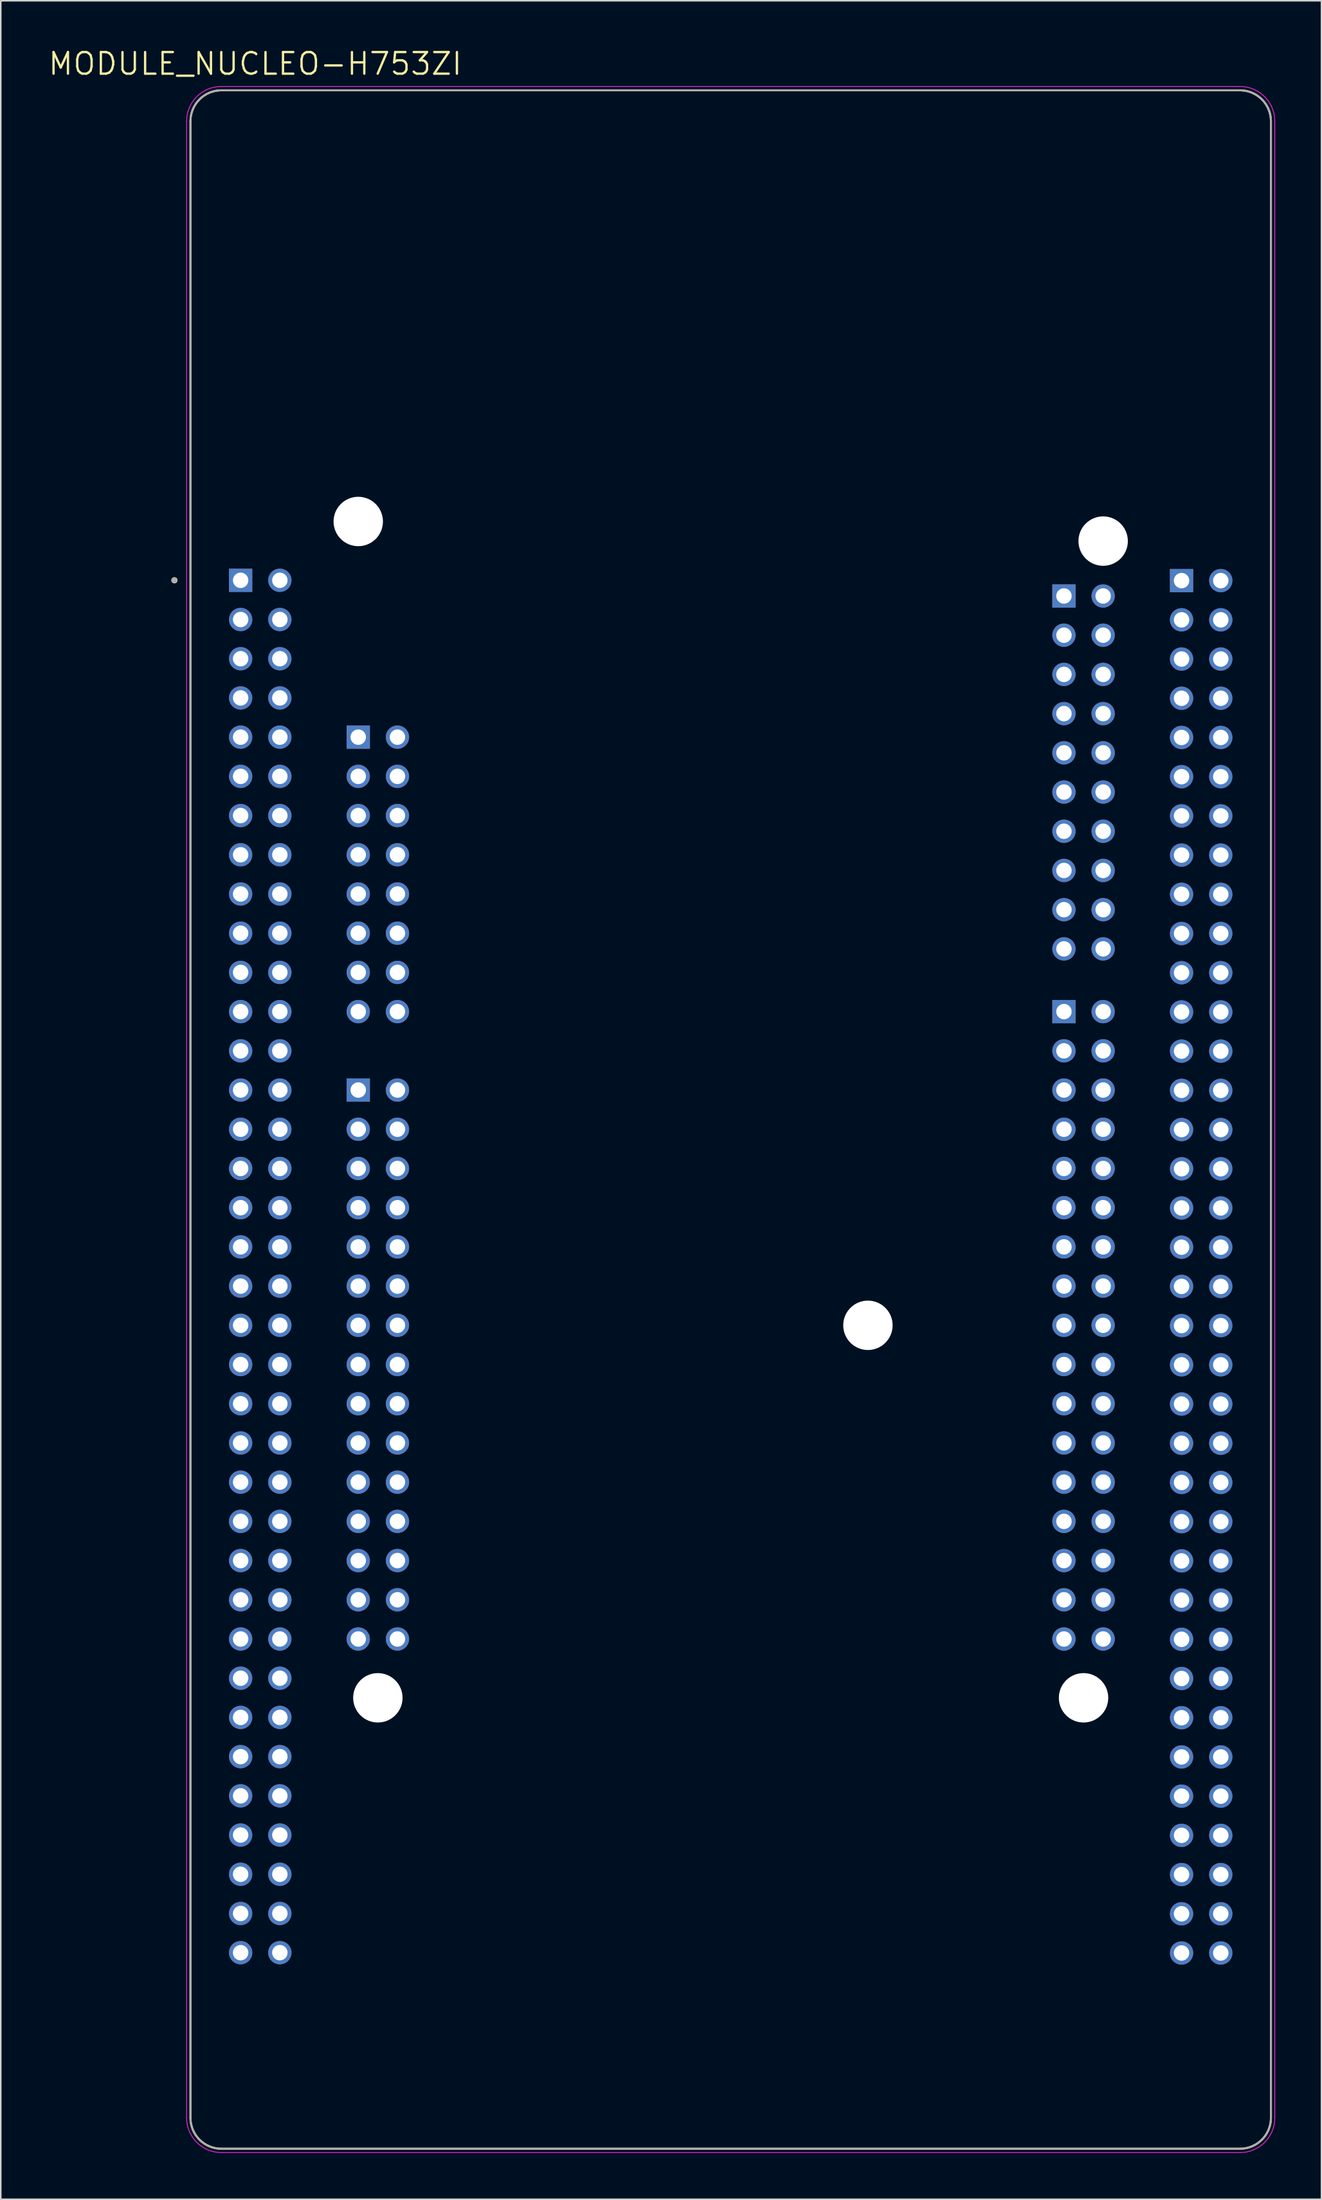
<source format=kicad_pcb>
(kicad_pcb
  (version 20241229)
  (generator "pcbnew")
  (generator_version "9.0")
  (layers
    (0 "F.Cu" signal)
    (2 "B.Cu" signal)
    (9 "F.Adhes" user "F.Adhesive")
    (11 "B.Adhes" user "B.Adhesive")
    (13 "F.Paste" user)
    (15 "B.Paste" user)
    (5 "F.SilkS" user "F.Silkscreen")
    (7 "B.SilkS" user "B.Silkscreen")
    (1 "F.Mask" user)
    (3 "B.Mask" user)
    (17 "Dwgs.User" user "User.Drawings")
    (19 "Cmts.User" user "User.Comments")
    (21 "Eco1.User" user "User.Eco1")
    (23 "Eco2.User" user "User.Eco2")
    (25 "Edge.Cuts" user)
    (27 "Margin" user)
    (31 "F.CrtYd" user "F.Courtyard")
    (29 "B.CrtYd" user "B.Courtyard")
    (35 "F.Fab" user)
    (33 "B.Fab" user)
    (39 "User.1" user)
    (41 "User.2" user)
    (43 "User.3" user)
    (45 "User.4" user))
  (footprint "MODULE_NUCLEO-H753ZI"
    (layer "F.Cu")
    (at 44.29 69.471)
    (property "Reference" "MODULE_NUCLEO-H753ZI" (at -30.805 -68.389 0) (layer "F.SilkS") (effects (font (size 1.4 1.4) (thickness 0.15))))
    (attr through_hole)
    (fp_line (start -35 -64.67) (end -35 64.67) (stroke (width 0.127) (type solid)) (layer "F.SilkS"))
    (fp_line (start -33 66.67) (end 33 66.67) (stroke (width 0.127) (type solid)) (layer "F.SilkS"))
    (fp_line (start 33 -66.67) (end -33 -66.67) (stroke (width 0.127) (type solid)) (layer "F.SilkS"))
    (fp_line (start 35 64.67) (end 35 -64.67) (stroke (width 0.127) (type solid)) (layer "F.SilkS"))
    (fp_arc (start -35 -64.67) (mid -34.414214 -66.084214) (end -33 -66.67) (stroke (width 0.127) (type solid)) (layer "F.SilkS"))
    (fp_arc (start -33 66.67) (mid -34.414214 66.084214) (end -35 64.67) (stroke (width 0.127) (type solid)) (layer "F.SilkS"))
    (fp_arc (start 33 -66.67) (mid 34.414214 -66.084214) (end 35 -64.67) (stroke (width 0.127) (type solid)) (layer "F.SilkS"))
    (fp_arc (start 35 64.67) (mid 34.414214 66.084214) (end 33 66.67) (stroke (width 0.127) (type solid)) (layer "F.SilkS"))
    (fp_circle (center -36.04 -34.93) (end -35.94 -34.93) (stroke (width 0.2) (type solid)) (fill no) (layer "F.SilkS"))
    (fp_line (start -35.25 -64.67) (end -35.25 64.67) (stroke (width 0.05) (type solid)) (layer "F.CrtYd"))
    (fp_line (start -33 66.92) (end 33 66.92) (stroke (width 0.05) (type solid)) (layer "F.CrtYd"))
    (fp_line (start 33 -66.92) (end -33 -66.92) (stroke (width 0.05) (type solid)) (layer "F.CrtYd"))
    (fp_line (start 35.25 64.67) (end 35.25 -64.67) (stroke (width 0.05) (type solid)) (layer "F.CrtYd"))
    (fp_arc (start -35.25 -64.67) (mid -34.59099 -66.26099) (end -33 -66.92) (stroke (width 0.05) (type solid)) (layer "F.CrtYd"))
    (fp_arc (start -33 66.92) (mid -34.59099 66.26099) (end -35.25 64.67) (stroke (width 0.05) (type solid)) (layer "F.CrtYd"))
    (fp_arc (start 33 -66.92) (mid 34.59099 -66.26099) (end 35.25 -64.67) (stroke (width 0.05) (type solid)) (layer "F.CrtYd"))
    (fp_arc (start 35.25 64.67) (mid 34.59099 66.26099) (end 33 66.92) (stroke (width 0.05) (type solid)) (layer "F.CrtYd"))
    (fp_line (start -35 -64.67) (end -35 64.67) (stroke (width 0.127) (type solid)) (layer "F.Fab"))
    (fp_line (start -33 66.67) (end 33 66.67) (stroke (width 0.127) (type solid)) (layer "F.Fab"))
    (fp_line (start 33 -66.67) (end -33 -66.67) (stroke (width 0.127) (type solid)) (layer "F.Fab"))
    (fp_line (start 35 64.67) (end 35 -64.67) (stroke (width 0.127) (type solid)) (layer "F.Fab"))
    (fp_arc (start -35 -64.67) (mid -34.414214 -66.084214) (end -33 -66.67) (stroke (width 0.127) (type solid)) (layer "F.Fab"))
    (fp_arc (start -33 66.67) (mid -34.414214 66.084214) (end -35 64.67) (stroke (width 0.127) (type solid)) (layer "F.Fab"))
    (fp_arc (start 33 -66.67) (mid 34.414214 -66.084214) (end 35 -64.67) (stroke (width 0.127) (type solid)) (layer "F.Fab"))
    (fp_arc (start 35 64.67) (mid 34.414214 66.084214) (end 33 66.67) (stroke (width 0.127) (type solid)) (layer "F.Fab"))
    (fp_circle (center -36.04 -34.93) (end -35.94 -34.93) (stroke (width 0.2) (type solid)) (fill no) (layer "F.Fab"))
    (pad "" np_thru_hole circle (at -24.13 -38.74) (size 3.2 3.2) (drill 3.2) (layers "*.Cu" "*.Mask"))
    (pad "" np_thru_hole circle (at -22.86 37.46) (size 3.2 3.2) (drill 3.2) (layers "*.Cu" "*.Mask"))
    (pad "" np_thru_hole circle (at 8.89 13.33) (size 3.2 3.2) (drill 3.2) (layers "*.Cu" "*.Mask"))
    (pad "" np_thru_hole circle (at 22.86 37.46) (size 3.2 3.2) (drill 3.2) (layers "*.Cu" "*.Mask"))
    (pad "" np_thru_hole circle (at 24.13 -37.47) (size 3.2 3.2) (drill 3.2) (layers "*.Cu" "*.Mask"))
    (pad "CN7_1" thru_hole rect (at 21.59 -33.914) (size 1.508 1.508) (drill 1) (layers "*.Cu" "*.Mask"))
    (pad "CN7_2" thru_hole circle (at 24.13 -33.914) (size 1.508 1.508) (drill 1) (layers "*.Cu" "*.Mask"))
    (pad "CN7_3" thru_hole circle (at 21.59 -31.374) (size 1.508 1.508) (drill 1) (layers "*.Cu" "*.Mask"))
    (pad "CN7_4" thru_hole circle (at 24.13 -31.374) (size 1.508 1.508) (drill 1) (layers "*.Cu" "*.Mask"))
    (pad "CN7_5" thru_hole circle (at 21.59 -28.834) (size 1.508 1.508) (drill 1) (layers "*.Cu" "*.Mask"))
    (pad "CN7_6" thru_hole circle (at 24.13 -28.834) (size 1.508 1.508) (drill 1) (layers "*.Cu" "*.Mask"))
    (pad "CN7_7" thru_hole circle (at 21.59 -26.294) (size 1.508 1.508) (drill 1) (layers "*.Cu" "*.Mask"))
    (pad "CN7_8" thru_hole circle (at 24.13 -26.294) (size 1.508 1.508) (drill 1) (layers "*.Cu" "*.Mask"))
    (pad "CN7_9" thru_hole circle (at 21.59 -23.754) (size 1.508 1.508) (drill 1) (layers "*.Cu" "*.Mask"))
    (pad "CN7_10" thru_hole circle (at 24.13 -23.754) (size 1.508 1.508) (drill 1) (layers "*.Cu" "*.Mask"))
    (pad "CN7_11" thru_hole circle (at 21.59 -21.214) (size 1.508 1.508) (drill 1) (layers "*.Cu" "*.Mask"))
    (pad "CN7_12" thru_hole circle (at 24.13 -21.214) (size 1.508 1.508) (drill 1) (layers "*.Cu" "*.Mask"))
    (pad "CN7_13" thru_hole circle (at 21.59 -18.674) (size 1.508 1.508) (drill 1) (layers "*.Cu" "*.Mask"))
    (pad "CN7_14" thru_hole circle (at 24.13 -18.674) (size 1.508 1.508) (drill 1) (layers "*.Cu" "*.Mask"))
    (pad "CN7_15" thru_hole circle (at 21.59 -16.134) (size 1.508 1.508) (drill 1) (layers "*.Cu" "*.Mask"))
    (pad "CN7_16" thru_hole circle (at 24.13 -16.134) (size 1.508 1.508) (drill 1) (layers "*.Cu" "*.Mask"))
    (pad "CN7_17" thru_hole circle (at 21.59 -13.594) (size 1.508 1.508) (drill 1) (layers "*.Cu" "*.Mask"))
    (pad "CN7_18" thru_hole circle (at 24.13 -13.594) (size 1.508 1.508) (drill 1) (layers "*.Cu" "*.Mask"))
    (pad "CN7_19" thru_hole circle (at 21.59 -11.054) (size 1.508 1.508) (drill 1) (layers "*.Cu" "*.Mask"))
    (pad "CN7_20" thru_hole circle (at 24.13 -11.054) (size 1.508 1.508) (drill 1) (layers "*.Cu" "*.Mask"))
    (pad "CN8_1" thru_hole rect (at -24.13 -24.77) (size 1.508 1.508) (drill 1) (layers "*.Cu" "*.Mask"))
    (pad "CN8_2" thru_hole circle (at -21.59 -24.77) (size 1.508 1.508) (drill 1) (layers "*.Cu" "*.Mask"))
    (pad "CN8_3" thru_hole circle (at -24.13 -22.23) (size 1.508 1.508) (drill 1) (layers "*.Cu" "*.Mask"))
    (pad "CN8_4" thru_hole circle (at -21.59 -22.23) (size 1.508 1.508) (drill 1) (layers "*.Cu" "*.Mask"))
    (pad "CN8_5" thru_hole circle (at -24.13 -19.69) (size 1.508 1.508) (drill 1) (layers "*.Cu" "*.Mask"))
    (pad "CN8_6" thru_hole circle (at -21.59 -19.69) (size 1.508 1.508) (drill 1) (layers "*.Cu" "*.Mask"))
    (pad "CN8_7" thru_hole circle (at -24.13 -17.15) (size 1.508 1.508) (drill 1) (layers "*.Cu" "*.Mask"))
    (pad "CN8_8" thru_hole circle (at -21.59 -17.15) (size 1.508 1.508) (drill 1) (layers "*.Cu" "*.Mask"))
    (pad "CN8_9" thru_hole circle (at -24.13 -14.61) (size 1.508 1.508) (drill 1) (layers "*.Cu" "*.Mask"))
    (pad "CN8_10" thru_hole circle (at -21.59 -14.61) (size 1.508 1.508) (drill 1) (layers "*.Cu" "*.Mask"))
    (pad "CN8_11" thru_hole circle (at -24.13 -12.07) (size 1.508 1.508) (drill 1) (layers "*.Cu" "*.Mask"))
    (pad "CN8_12" thru_hole circle (at -21.59 -12.07) (size 1.508 1.508) (drill 1) (layers "*.Cu" "*.Mask"))
    (pad "CN8_13" thru_hole circle (at -24.13 -9.53) (size 1.508 1.508) (drill 1) (layers "*.Cu" "*.Mask"))
    (pad "CN8_14" thru_hole circle (at -21.59 -9.53) (size 1.508 1.508) (drill 1) (layers "*.Cu" "*.Mask"))
    (pad "CN8_15" thru_hole circle (at -24.13 -6.99) (size 1.508 1.508) (drill 1) (layers "*.Cu" "*.Mask"))
    (pad "CN8_16" thru_hole circle (at -21.59 -6.99) (size 1.508 1.508) (drill 1) (layers "*.Cu" "*.Mask"))
    (pad "CN9_1" thru_hole rect (at -24.13 -1.91) (size 1.508 1.508) (drill 1) (layers "*.Cu" "*.Mask"))
    (pad "CN9_2" thru_hole circle (at -21.59 -1.91) (size 1.508 1.508) (drill 1) (layers "*.Cu" "*.Mask"))
    (pad "CN9_3" thru_hole circle (at -24.13 0.63) (size 1.508 1.508) (drill 1) (layers "*.Cu" "*.Mask"))
    (pad "CN9_4" thru_hole circle (at -21.59 0.63) (size 1.508 1.508) (drill 1) (layers "*.Cu" "*.Mask"))
    (pad "CN9_5" thru_hole circle (at -24.13 3.17) (size 1.508 1.508) (drill 1) (layers "*.Cu" "*.Mask"))
    (pad "CN9_6" thru_hole circle (at -21.59 3.17) (size 1.508 1.508) (drill 1) (layers "*.Cu" "*.Mask"))
    (pad "CN9_7" thru_hole circle (at -24.13 5.71) (size 1.508 1.508) (drill 1) (layers "*.Cu" "*.Mask"))
    (pad "CN9_8" thru_hole circle (at -21.59 5.71) (size 1.508 1.508) (drill 1) (layers "*.Cu" "*.Mask"))
    (pad "CN9_9" thru_hole circle (at -24.13 8.25) (size 1.508 1.508) (drill 1) (layers "*.Cu" "*.Mask"))
    (pad "CN9_10" thru_hole circle (at -21.59 8.25) (size 1.508 1.508) (drill 1) (layers "*.Cu" "*.Mask"))
    (pad "CN9_11" thru_hole circle (at -24.13 10.79) (size 1.508 1.508) (drill 1) (layers "*.Cu" "*.Mask"))
    (pad "CN9_12" thru_hole circle (at -21.59 10.79) (size 1.508 1.508) (drill 1) (layers "*.Cu" "*.Mask"))
    (pad "CN9_13" thru_hole circle (at -24.13 13.33) (size 1.508 1.508) (drill 1) (layers "*.Cu" "*.Mask"))
    (pad "CN9_14" thru_hole circle (at -21.59 13.33) (size 1.508 1.508) (drill 1) (layers "*.Cu" "*.Mask"))
    (pad "CN9_15" thru_hole circle (at -24.13 15.87) (size 1.508 1.508) (drill 1) (layers "*.Cu" "*.Mask"))
    (pad "CN9_16" thru_hole circle (at -21.59 15.87) (size 1.508 1.508) (drill 1) (layers "*.Cu" "*.Mask"))
    (pad "CN9_17" thru_hole circle (at -24.13 18.41) (size 1.508 1.508) (drill 1) (layers "*.Cu" "*.Mask"))
    (pad "CN9_18" thru_hole circle (at -21.59 18.41) (size 1.508 1.508) (drill 1) (layers "*.Cu" "*.Mask"))
    (pad "CN9_19" thru_hole circle (at -24.13 20.95) (size 1.508 1.508) (drill 1) (layers "*.Cu" "*.Mask"))
    (pad "CN9_20" thru_hole circle (at -21.59 20.95) (size 1.508 1.508) (drill 1) (layers "*.Cu" "*.Mask"))
    (pad "CN9_21" thru_hole circle (at -24.13 23.49) (size 1.508 1.508) (drill 1) (layers "*.Cu" "*.Mask"))
    (pad "CN9_22" thru_hole circle (at -21.59 23.49) (size 1.508 1.508) (drill 1) (layers "*.Cu" "*.Mask"))
    (pad "CN9_23" thru_hole circle (at -24.13 26.03) (size 1.508 1.508) (drill 1) (layers "*.Cu" "*.Mask"))
    (pad "CN9_24" thru_hole circle (at -21.59 26.03) (size 1.508 1.508) (drill 1) (layers "*.Cu" "*.Mask"))
    (pad "CN9_25" thru_hole circle (at -24.13 28.57) (size 1.508 1.508) (drill 1) (layers "*.Cu" "*.Mask"))
    (pad "CN9_26" thru_hole circle (at -21.59 28.57) (size 1.508 1.508) (drill 1) (layers "*.Cu" "*.Mask"))
    (pad "CN9_27" thru_hole circle (at -24.13 31.11) (size 1.508 1.508) (drill 1) (layers "*.Cu" "*.Mask"))
    (pad "CN9_28" thru_hole circle (at -21.59 31.11) (size 1.508 1.508) (drill 1) (layers "*.Cu" "*.Mask"))
    (pad "CN9_29" thru_hole circle (at -24.13 33.65) (size 1.508 1.508) (drill 1) (layers "*.Cu" "*.Mask"))
    (pad "CN9_30" thru_hole circle (at -21.59 33.65) (size 1.508 1.508) (drill 1) (layers "*.Cu" "*.Mask"))
    (pad "CN10_1" thru_hole rect (at 21.59 -6.99) (size 1.508 1.508) (drill 1) (layers "*.Cu" "*.Mask"))
    (pad "CN10_2" thru_hole circle (at 24.13 -6.99) (size 1.508 1.508) (drill 1) (layers "*.Cu" "*.Mask"))
    (pad "CN10_3" thru_hole circle (at 21.59 -4.45) (size 1.508 1.508) (drill 1) (layers "*.Cu" "*.Mask"))
    (pad "CN10_4" thru_hole circle (at 24.13 -4.45) (size 1.508 1.508) (drill 1) (layers "*.Cu" "*.Mask"))
    (pad "CN10_5" thru_hole circle (at 21.59 -1.91) (size 1.508 1.508) (drill 1) (layers "*.Cu" "*.Mask"))
    (pad "CN10_6" thru_hole circle (at 24.13 -1.91) (size 1.508 1.508) (drill 1) (layers "*.Cu" "*.Mask"))
    (pad "CN10_7" thru_hole circle (at 21.59 0.63) (size 1.508 1.508) (drill 1) (layers "*.Cu" "*.Mask"))
    (pad "CN10_8" thru_hole circle (at 24.13 0.63) (size 1.508 1.508) (drill 1) (layers "*.Cu" "*.Mask"))
    (pad "CN10_9" thru_hole circle (at 21.59 3.17) (size 1.508 1.508) (drill 1) (layers "*.Cu" "*.Mask"))
    (pad "CN10_10" thru_hole circle (at 24.13 3.17) (size 1.508 1.508) (drill 1) (layers "*.Cu" "*.Mask"))
    (pad "CN10_11" thru_hole circle (at 21.59 5.71) (size 1.508 1.508) (drill 1) (layers "*.Cu" "*.Mask"))
    (pad "CN10_12" thru_hole circle (at 24.13 5.71) (size 1.508 1.508) (drill 1) (layers "*.Cu" "*.Mask"))
    (pad "CN10_13" thru_hole circle (at 21.59 8.25) (size 1.508 1.508) (drill 1) (layers "*.Cu" "*.Mask"))
    (pad "CN10_14" thru_hole circle (at 24.13 8.25) (size 1.508 1.508) (drill 1) (layers "*.Cu" "*.Mask"))
    (pad "CN10_15" thru_hole circle (at 21.59 10.79) (size 1.508 1.508) (drill 1) (layers "*.Cu" "*.Mask"))
    (pad "CN10_16" thru_hole circle (at 24.13 10.79) (size 1.508 1.508) (drill 1) (layers "*.Cu" "*.Mask"))
    (pad "CN10_17" thru_hole circle (at 21.59 13.33) (size 1.508 1.508) (drill 1) (layers "*.Cu" "*.Mask"))
    (pad "CN10_18" thru_hole circle (at 24.13 13.33) (size 1.508 1.508) (drill 1) (layers "*.Cu" "*.Mask"))
    (pad "CN10_19" thru_hole circle (at 21.59 15.87) (size 1.508 1.508) (drill 1) (layers "*.Cu" "*.Mask"))
    (pad "CN10_20" thru_hole circle (at 24.13 15.87) (size 1.508 1.508) (drill 1) (layers "*.Cu" "*.Mask"))
    (pad "CN10_21" thru_hole circle (at 21.59 18.41) (size 1.508 1.508) (drill 1) (layers "*.Cu" "*.Mask"))
    (pad "CN10_22" thru_hole circle (at 24.13 18.41) (size 1.508 1.508) (drill 1) (layers "*.Cu" "*.Mask"))
    (pad "CN10_23" thru_hole circle (at 21.59 20.95) (size 1.508 1.508) (drill 1) (layers "*.Cu" "*.Mask"))
    (pad "CN10_24" thru_hole circle (at 24.13 20.95) (size 1.508 1.508) (drill 1) (layers "*.Cu" "*.Mask"))
    (pad "CN10_25" thru_hole circle (at 21.59 23.49) (size 1.508 1.508) (drill 1) (layers "*.Cu" "*.Mask"))
    (pad "CN10_26" thru_hole circle (at 24.13 23.49) (size 1.508 1.508) (drill 1) (layers "*.Cu" "*.Mask"))
    (pad "CN10_27" thru_hole circle (at 21.59 26.03) (size 1.508 1.508) (drill 1) (layers "*.Cu" "*.Mask"))
    (pad "CN10_28" thru_hole circle (at 24.13 26.03) (size 1.508 1.508) (drill 1) (layers "*.Cu" "*.Mask"))
    (pad "CN10_29" thru_hole circle (at 21.59 28.57) (size 1.508 1.508) (drill 1) (layers "*.Cu" "*.Mask"))
    (pad "CN10_30" thru_hole circle (at 24.13 28.57) (size 1.508 1.508) (drill 1) (layers "*.Cu" "*.Mask"))
    (pad "CN10_31" thru_hole circle (at 21.59 31.11) (size 1.508 1.508) (drill 1) (layers "*.Cu" "*.Mask"))
    (pad "CN10_32" thru_hole circle (at 24.13 31.11) (size 1.508 1.508) (drill 1) (layers "*.Cu" "*.Mask"))
    (pad "CN10_33" thru_hole circle (at 21.59 33.65) (size 1.508 1.508) (drill 1) (layers "*.Cu" "*.Mask"))
    (pad "CN10_34" thru_hole circle (at 24.13 33.65) (size 1.508 1.508) (drill 1) (layers "*.Cu" "*.Mask"))
    (pad "CN11_1" thru_hole rect (at -31.75 -34.93) (size 1.508 1.508) (drill 1) (layers "*.Cu" "*.Mask"))
    (pad "CN11_2" thru_hole circle (at -29.21 -34.93) (size 1.508 1.508) (drill 1) (layers "*.Cu" "*.Mask"))
    (pad "CN11_3" thru_hole circle (at -31.75 -32.39) (size 1.508 1.508) (drill 1) (layers "*.Cu" "*.Mask"))
    (pad "CN11_4" thru_hole circle (at -29.21 -32.39) (size 1.508 1.508) (drill 1) (layers "*.Cu" "*.Mask"))
    (pad "CN11_5" thru_hole circle (at -31.75 -29.85) (size 1.508 1.508) (drill 1) (layers "*.Cu" "*.Mask"))
    (pad "CN11_6" thru_hole circle (at -29.21 -29.85) (size 1.508 1.508) (drill 1) (layers "*.Cu" "*.Mask"))
    (pad "CN11_7" thru_hole circle (at -31.75 -27.31) (size 1.508 1.508) (drill 1) (layers "*.Cu" "*.Mask"))
    (pad "CN11_8" thru_hole circle (at -29.21 -27.31) (size 1.508 1.508) (drill 1) (layers "*.Cu" "*.Mask"))
    (pad "CN11_9" thru_hole circle (at -31.75 -24.77) (size 1.508 1.508) (drill 1) (layers "*.Cu" "*.Mask"))
    (pad "CN11_10" thru_hole circle (at -29.21 -24.77) (size 1.508 1.508) (drill 1) (layers "*.Cu" "*.Mask"))
    (pad "CN11_11" thru_hole circle (at -31.75 -22.23) (size 1.508 1.508) (drill 1) (layers "*.Cu" "*.Mask"))
    (pad "CN11_12" thru_hole circle (at -29.21 -22.23) (size 1.508 1.508) (drill 1) (layers "*.Cu" "*.Mask"))
    (pad "CN11_13" thru_hole circle (at -31.75 -19.69) (size 1.508 1.508) (drill 1) (layers "*.Cu" "*.Mask"))
    (pad "CN11_14" thru_hole circle (at -29.21 -19.69) (size 1.508 1.508) (drill 1) (layers "*.Cu" "*.Mask"))
    (pad "CN11_15" thru_hole circle (at -31.75 -17.15) (size 1.508 1.508) (drill 1) (layers "*.Cu" "*.Mask"))
    (pad "CN11_16" thru_hole circle (at -29.21 -17.15) (size 1.508 1.508) (drill 1) (layers "*.Cu" "*.Mask"))
    (pad "CN11_17" thru_hole circle (at -31.75 -14.61) (size 1.508 1.508) (drill 1) (layers "*.Cu" "*.Mask"))
    (pad "CN11_18" thru_hole circle (at -29.21 -14.61) (size 1.508 1.508) (drill 1) (layers "*.Cu" "*.Mask"))
    (pad "CN11_19" thru_hole circle (at -31.75 -12.07) (size 1.508 1.508) (drill 1) (layers "*.Cu" "*.Mask"))
    (pad "CN11_20" thru_hole circle (at -29.21 -12.07) (size 1.508 1.508) (drill 1) (layers "*.Cu" "*.Mask"))
    (pad "CN11_21" thru_hole circle (at -31.75 -9.53) (size 1.508 1.508) (drill 1) (layers "*.Cu" "*.Mask"))
    (pad "CN11_22" thru_hole circle (at -29.21 -9.53) (size 1.508 1.508) (drill 1) (layers "*.Cu" "*.Mask"))
    (pad "CN11_23" thru_hole circle (at -31.75 -6.99) (size 1.508 1.508) (drill 1) (layers "*.Cu" "*.Mask"))
    (pad "CN11_24" thru_hole circle (at -29.21 -6.99) (size 1.508 1.508) (drill 1) (layers "*.Cu" "*.Mask"))
    (pad "CN11_25" thru_hole circle (at -31.75 -4.45) (size 1.508 1.508) (drill 1) (layers "*.Cu" "*.Mask"))
    (pad "CN11_26" thru_hole circle (at -29.21 -4.45) (size 1.508 1.508) (drill 1) (layers "*.Cu" "*.Mask"))
    (pad "CN11_27" thru_hole circle (at -31.75 -1.91) (size 1.508 1.508) (drill 1) (layers "*.Cu" "*.Mask"))
    (pad "CN11_28" thru_hole circle (at -29.21 -1.91) (size 1.508 1.508) (drill 1) (layers "*.Cu" "*.Mask"))
    (pad "CN11_29" thru_hole circle (at -31.75 0.63) (size 1.508 1.508) (drill 1) (layers "*.Cu" "*.Mask"))
    (pad "CN11_30" thru_hole circle (at -29.21 0.63) (size 1.508 1.508) (drill 1) (layers "*.Cu" "*.Mask"))
    (pad "CN11_31" thru_hole circle (at -31.75 3.17) (size 1.508 1.508) (drill 1) (layers "*.Cu" "*.Mask"))
    (pad "CN11_32" thru_hole circle (at -29.21 3.17) (size 1.508 1.508) (drill 1) (layers "*.Cu" "*.Mask"))
    (pad "CN11_33" thru_hole circle (at -31.75 5.71) (size 1.508 1.508) (drill 1) (layers "*.Cu" "*.Mask"))
    (pad "CN11_34" thru_hole circle (at -29.21 5.71) (size 1.508 1.508) (drill 1) (layers "*.Cu" "*.Mask"))
    (pad "CN11_35" thru_hole circle (at -31.75 8.25) (size 1.508 1.508) (drill 1) (layers "*.Cu" "*.Mask"))
    (pad "CN11_36" thru_hole circle (at -29.21 8.25) (size 1.508 1.508) (drill 1) (layers "*.Cu" "*.Mask"))
    (pad "CN11_37" thru_hole circle (at -31.75 10.79) (size 1.508 1.508) (drill 1) (layers "*.Cu" "*.Mask"))
    (pad "CN11_38" thru_hole circle (at -29.21 10.79) (size 1.508 1.508) (drill 1) (layers "*.Cu" "*.Mask"))
    (pad "CN11_39" thru_hole circle (at -31.75 13.33) (size 1.508 1.508) (drill 1) (layers "*.Cu" "*.Mask"))
    (pad "CN11_40" thru_hole circle (at -29.21 13.33) (size 1.508 1.508) (drill 1) (layers "*.Cu" "*.Mask"))
    (pad "CN11_41" thru_hole circle (at -31.75 15.87) (size 1.508 1.508) (drill 1) (layers "*.Cu" "*.Mask"))
    (pad "CN11_42" thru_hole circle (at -29.21 15.87) (size 1.508 1.508) (drill 1) (layers "*.Cu" "*.Mask"))
    (pad "CN11_43" thru_hole circle (at -31.75 18.41) (size 1.508 1.508) (drill 1) (layers "*.Cu" "*.Mask"))
    (pad "CN11_44" thru_hole circle (at -29.21 18.41) (size 1.508 1.508) (drill 1) (layers "*.Cu" "*.Mask"))
    (pad "CN11_45" thru_hole circle (at -31.75 20.95) (size 1.508 1.508) (drill 1) (layers "*.Cu" "*.Mask"))
    (pad "CN11_46" thru_hole circle (at -29.21 20.95) (size 1.508 1.508) (drill 1) (layers "*.Cu" "*.Mask"))
    (pad "CN11_47" thru_hole circle (at -31.75 23.49) (size 1.508 1.508) (drill 1) (layers "*.Cu" "*.Mask"))
    (pad "CN11_48" thru_hole circle (at -29.21 23.49) (size 1.508 1.508) (drill 1) (layers "*.Cu" "*.Mask"))
    (pad "CN11_49" thru_hole circle (at -31.75 26.03) (size 1.508 1.508) (drill 1) (layers "*.Cu" "*.Mask"))
    (pad "CN11_50" thru_hole circle (at -29.21 26.03) (size 1.508 1.508) (drill 1) (layers "*.Cu" "*.Mask"))
    (pad "CN11_51" thru_hole circle (at -31.75 28.57) (size 1.508 1.508) (drill 1) (layers "*.Cu" "*.Mask"))
    (pad "CN11_52" thru_hole circle (at -29.21 28.57) (size 1.508 1.508) (drill 1) (layers "*.Cu" "*.Mask"))
    (pad "CN11_53" thru_hole circle (at -31.75 31.11) (size 1.508 1.508) (drill 1) (layers "*.Cu" "*.Mask"))
    (pad "CN11_54" thru_hole circle (at -29.21 31.11) (size 1.508 1.508) (drill 1) (layers "*.Cu" "*.Mask"))
    (pad "CN11_55" thru_hole circle (at -31.75 33.65) (size 1.508 1.508) (drill 1) (layers "*.Cu" "*.Mask"))
    (pad "CN11_56" thru_hole circle (at -29.21 33.65) (size 1.508 1.508) (drill 1) (layers "*.Cu" "*.Mask"))
    (pad "CN11_57" thru_hole circle (at -31.75 36.19) (size 1.508 1.508) (drill 1) (layers "*.Cu" "*.Mask"))
    (pad "CN11_58" thru_hole circle (at -29.21 36.19) (size 1.508 1.508) (drill 1) (layers "*.Cu" "*.Mask"))
    (pad "CN11_59" thru_hole circle (at -31.75 38.73) (size 1.508 1.508) (drill 1) (layers "*.Cu" "*.Mask"))
    (pad "CN11_60" thru_hole circle (at -29.21 38.73) (size 1.508 1.508) (drill 1) (layers "*.Cu" "*.Mask"))
    (pad "CN11_61" thru_hole circle (at -31.75 41.27) (size 1.508 1.508) (drill 1) (layers "*.Cu" "*.Mask"))
    (pad "CN11_62" thru_hole circle (at -29.21 41.27) (size 1.508 1.508) (drill 1) (layers "*.Cu" "*.Mask"))
    (pad "CN11_63" thru_hole circle (at -31.75 43.81) (size 1.508 1.508) (drill 1) (layers "*.Cu" "*.Mask"))
    (pad "CN11_64" thru_hole circle (at -29.21 43.81) (size 1.508 1.508) (drill 1) (layers "*.Cu" "*.Mask"))
    (pad "CN11_65" thru_hole circle (at -31.75 46.35) (size 1.508 1.508) (drill 1) (layers "*.Cu" "*.Mask"))
    (pad "CN11_66" thru_hole circle (at -29.21 46.35) (size 1.508 1.508) (drill 1) (layers "*.Cu" "*.Mask"))
    (pad "CN11_67" thru_hole circle (at -31.75 48.89) (size 1.508 1.508) (drill 1) (layers "*.Cu" "*.Mask"))
    (pad "CN11_68" thru_hole circle (at -29.21 48.89) (size 1.508 1.508) (drill 1) (layers "*.Cu" "*.Mask"))
    (pad "CN11_69" thru_hole circle (at -31.75 51.43) (size 1.508 1.508) (drill 1) (layers "*.Cu" "*.Mask"))
    (pad "CN11_70" thru_hole circle (at -29.21 51.43) (size 1.508 1.508) (drill 1) (layers "*.Cu" "*.Mask"))
    (pad "CN11_71" thru_hole circle (at -31.75 53.97) (size 1.508 1.508) (drill 1) (layers "*.Cu" "*.Mask"))
    (pad "CN11_72" thru_hole circle (at -29.21 53.97) (size 1.508 1.508) (drill 1) (layers "*.Cu" "*.Mask"))
    (pad "CN12_1" thru_hole rect (at 29.21 -34.91) (size 1.508 1.508) (drill 1) (layers "*.Cu" "*.Mask"))
    (pad "CN12_2" thru_hole circle (at 31.75 -34.91) (size 1.508 1.508) (drill 1) (layers "*.Cu" "*.Mask"))
    (pad "CN12_3" thru_hole circle (at 29.21 -32.37) (size 1.508 1.508) (drill 1) (layers "*.Cu" "*.Mask"))
    (pad "CN12_4" thru_hole circle (at 31.75 -32.37) (size 1.508 1.508) (drill 1) (layers "*.Cu" "*.Mask"))
    (pad "CN12_5" thru_hole circle (at 29.21 -29.83) (size 1.508 1.508) (drill 1) (layers "*.Cu" "*.Mask"))
    (pad "CN12_6" thru_hole circle (at 31.75 -29.83) (size 1.508 1.508) (drill 1) (layers "*.Cu" "*.Mask"))
    (pad "CN12_7" thru_hole circle (at 29.21 -27.29) (size 1.508 1.508) (drill 1) (layers "*.Cu" "*.Mask"))
    (pad "CN12_8" thru_hole circle (at 31.75 -27.29) (size 1.508 1.508) (drill 1) (layers "*.Cu" "*.Mask"))
    (pad "CN12_9" thru_hole circle (at 29.21 -24.75) (size 1.508 1.508) (drill 1) (layers "*.Cu" "*.Mask"))
    (pad "CN12_10" thru_hole circle (at 31.75 -24.75) (size 1.508 1.508) (drill 1) (layers "*.Cu" "*.Mask"))
    (pad "CN12_11" thru_hole circle (at 29.21 -22.21) (size 1.508 1.508) (drill 1) (layers "*.Cu" "*.Mask"))
    (pad "CN12_12" thru_hole circle (at 31.75 -22.21) (size 1.508 1.508) (drill 1) (layers "*.Cu" "*.Mask"))
    (pad "CN12_13" thru_hole circle (at 29.21 -19.67) (size 1.508 1.508) (drill 1) (layers "*.Cu" "*.Mask"))
    (pad "CN12_14" thru_hole circle (at 31.75 -19.67) (size 1.508 1.508) (drill 1) (layers "*.Cu" "*.Mask"))
    (pad "CN12_15" thru_hole circle (at 29.21 -17.13) (size 1.508 1.508) (drill 1) (layers "*.Cu" "*.Mask"))
    (pad "CN12_16" thru_hole circle (at 31.75 -17.13) (size 1.508 1.508) (drill 1) (layers "*.Cu" "*.Mask"))
    (pad "CN12_17" thru_hole circle (at 29.21 -14.59) (size 1.508 1.508) (drill 1) (layers "*.Cu" "*.Mask"))
    (pad "CN12_18" thru_hole circle (at 31.75 -14.59) (size 1.508 1.508) (drill 1) (layers "*.Cu" "*.Mask"))
    (pad "CN12_19" thru_hole circle (at 29.21 -12.05) (size 1.508 1.508) (drill 1) (layers "*.Cu" "*.Mask"))
    (pad "CN12_20" thru_hole circle (at 31.75 -12.05) (size 1.508 1.508) (drill 1) (layers "*.Cu" "*.Mask"))
    (pad "CN12_21" thru_hole circle (at 29.21 -9.51) (size 1.508 1.508) (drill 1) (layers "*.Cu" "*.Mask"))
    (pad "CN12_22" thru_hole circle (at 31.75 -9.51) (size 1.508 1.508) (drill 1) (layers "*.Cu" "*.Mask"))
    (pad "CN12_23" thru_hole circle (at 29.21 -6.97) (size 1.508 1.508) (drill 1) (layers "*.Cu" "*.Mask"))
    (pad "CN12_24" thru_hole circle (at 31.75 -6.97) (size 1.508 1.508) (drill 1) (layers "*.Cu" "*.Mask"))
    (pad "CN12_25" thru_hole circle (at 29.21 -4.43) (size 1.508 1.508) (drill 1) (layers "*.Cu" "*.Mask"))
    (pad "CN12_26" thru_hole circle (at 31.75 -4.43) (size 1.508 1.508) (drill 1) (layers "*.Cu" "*.Mask"))
    (pad "CN12_27" thru_hole circle (at 29.21 -1.89) (size 1.508 1.508) (drill 1) (layers "*.Cu" "*.Mask"))
    (pad "CN12_28" thru_hole circle (at 31.75 -1.89) (size 1.508 1.508) (drill 1) (layers "*.Cu" "*.Mask"))
    (pad "CN12_29" thru_hole circle (at 29.21 0.65) (size 1.508 1.508) (drill 1) (layers "*.Cu" "*.Mask"))
    (pad "CN12_30" thru_hole circle (at 31.75 0.65) (size 1.508 1.508) (drill 1) (layers "*.Cu" "*.Mask"))
    (pad "CN12_31" thru_hole circle (at 29.21 3.19) (size 1.508 1.508) (drill 1) (layers "*.Cu" "*.Mask"))
    (pad "CN12_32" thru_hole circle (at 31.75 3.19) (size 1.508 1.508) (drill 1) (layers "*.Cu" "*.Mask"))
    (pad "CN12_33" thru_hole circle (at 29.21 5.73) (size 1.508 1.508) (drill 1) (layers "*.Cu" "*.Mask"))
    (pad "CN12_34" thru_hole circle (at 31.75 5.73) (size 1.508 1.508) (drill 1) (layers "*.Cu" "*.Mask"))
    (pad "CN12_35" thru_hole circle (at 29.21 8.27) (size 1.508 1.508) (drill 1) (layers "*.Cu" "*.Mask"))
    (pad "CN12_36" thru_hole circle (at 31.75 8.27) (size 1.508 1.508) (drill 1) (layers "*.Cu" "*.Mask"))
    (pad "CN12_37" thru_hole circle (at 29.21 10.81) (size 1.508 1.508) (drill 1) (layers "*.Cu" "*.Mask"))
    (pad "CN12_38" thru_hole circle (at 31.75 10.81) (size 1.508 1.508) (drill 1) (layers "*.Cu" "*.Mask"))
    (pad "CN12_39" thru_hole circle (at 29.21 13.35) (size 1.508 1.508) (drill 1) (layers "*.Cu" "*.Mask"))
    (pad "CN12_40" thru_hole circle (at 31.75 13.35) (size 1.508 1.508) (drill 1) (layers "*.Cu" "*.Mask"))
    (pad "CN12_41" thru_hole circle (at 29.21 15.89) (size 1.508 1.508) (drill 1) (layers "*.Cu" "*.Mask"))
    (pad "CN12_42" thru_hole circle (at 31.75 15.89) (size 1.508 1.508) (drill 1) (layers "*.Cu" "*.Mask"))
    (pad "CN12_43" thru_hole circle (at 29.21 18.43) (size 1.508 1.508) (drill 1) (layers "*.Cu" "*.Mask"))
    (pad "CN12_44" thru_hole circle (at 31.75 18.43) (size 1.508 1.508) (drill 1) (layers "*.Cu" "*.Mask"))
    (pad "CN12_45" thru_hole circle (at 29.21 20.97) (size 1.508 1.508) (drill 1) (layers "*.Cu" "*.Mask"))
    (pad "CN12_46" thru_hole circle (at 31.75 20.97) (size 1.508 1.508) (drill 1) (layers "*.Cu" "*.Mask"))
    (pad "CN12_47" thru_hole circle (at 29.21 23.51) (size 1.508 1.508) (drill 1) (layers "*.Cu" "*.Mask"))
    (pad "CN12_48" thru_hole circle (at 31.75 23.51) (size 1.508 1.508) (drill 1) (layers "*.Cu" "*.Mask"))
    (pad "CN12_49" thru_hole circle (at 29.21 26.05) (size 1.508 1.508) (drill 1) (layers "*.Cu" "*.Mask"))
    (pad "CN12_50" thru_hole circle (at 31.75 26.05) (size 1.508 1.508) (drill 1) (layers "*.Cu" "*.Mask"))
    (pad "CN12_51" thru_hole circle (at 29.21 28.59) (size 1.508 1.508) (drill 1) (layers "*.Cu" "*.Mask"))
    (pad "CN12_52" thru_hole circle (at 31.75 28.59) (size 1.508 1.508) (drill 1) (layers "*.Cu" "*.Mask"))
    (pad "CN12_53" thru_hole circle (at 29.21 31.13) (size 1.508 1.508) (drill 1) (layers "*.Cu" "*.Mask"))
    (pad "CN12_54" thru_hole circle (at 31.75 31.13) (size 1.508 1.508) (drill 1) (layers "*.Cu" "*.Mask"))
    (pad "CN12_55" thru_hole circle (at 29.21 33.67) (size 1.508 1.508) (drill 1) (layers "*.Cu" "*.Mask"))
    (pad "CN12_56" thru_hole circle (at 31.75 33.67) (size 1.508 1.508) (drill 1) (layers "*.Cu" "*.Mask"))
    (pad "CN12_57" thru_hole circle (at 29.21 36.21) (size 1.508 1.508) (drill 1) (layers "*.Cu" "*.Mask"))
    (pad "CN12_58" thru_hole circle (at 31.75 36.21) (size 1.508 1.508) (drill 1) (layers "*.Cu" "*.Mask"))
    (pad "CN12_59" thru_hole circle (at 29.21 38.75) (size 1.508 1.508) (drill 1) (layers "*.Cu" "*.Mask"))
    (pad "CN12_60" thru_hole circle (at 31.75 38.75) (size 1.508 1.508) (drill 1) (layers "*.Cu" "*.Mask"))
    (pad "CN12_61" thru_hole circle (at 29.21 41.29) (size 1.508 1.508) (drill 1) (layers "*.Cu" "*.Mask"))
    (pad "CN12_62" thru_hole circle (at 31.75 41.29) (size 1.508 1.508) (drill 1) (layers "*.Cu" "*.Mask"))
    (pad "CN12_63" thru_hole circle (at 29.21 43.83) (size 1.508 1.508) (drill 1) (layers "*.Cu" "*.Mask"))
    (pad "CN12_64" thru_hole circle (at 31.75 43.83) (size 1.508 1.508) (drill 1) (layers "*.Cu" "*.Mask"))
    (pad "CN12_65" thru_hole circle (at 29.21 46.37) (size 1.508 1.508) (drill 1) (layers "*.Cu" "*.Mask"))
    (pad "CN12_66" thru_hole circle (at 31.75 46.37) (size 1.508 1.508) (drill 1) (layers "*.Cu" "*.Mask"))
    (pad "CN12_67" thru_hole circle (at 29.21 48.91) (size 1.508 1.508) (drill 1) (layers "*.Cu" "*.Mask"))
    (pad "CN12_68" thru_hole circle (at 31.75 48.91) (size 1.508 1.508) (drill 1) (layers "*.Cu" "*.Mask"))
    (pad "CN12_69" thru_hole circle (at 29.21 51.45) (size 1.508 1.508) (drill 1) (layers "*.Cu" "*.Mask"))
    (pad "CN12_70" thru_hole circle (at 31.75 51.45) (size 1.508 1.508) (drill 1) (layers "*.Cu" "*.Mask"))
    (pad "CN12_71" thru_hole circle (at 29.21 53.99) (size 1.508 1.508) (drill 1) (layers "*.Cu" "*.Mask"))
    (pad "CN12_72" thru_hole circle (at 31.75 53.99) (size 1.508 1.508) (drill 1) (layers "*.Cu" "*.Mask")))
  (gr_rect
    (start -3 -3)
    (end 82.565 139.416)
    (stroke (width 0.1) (type default))
    (fill no)
    (layer "Edge.Cuts")))
</source>
